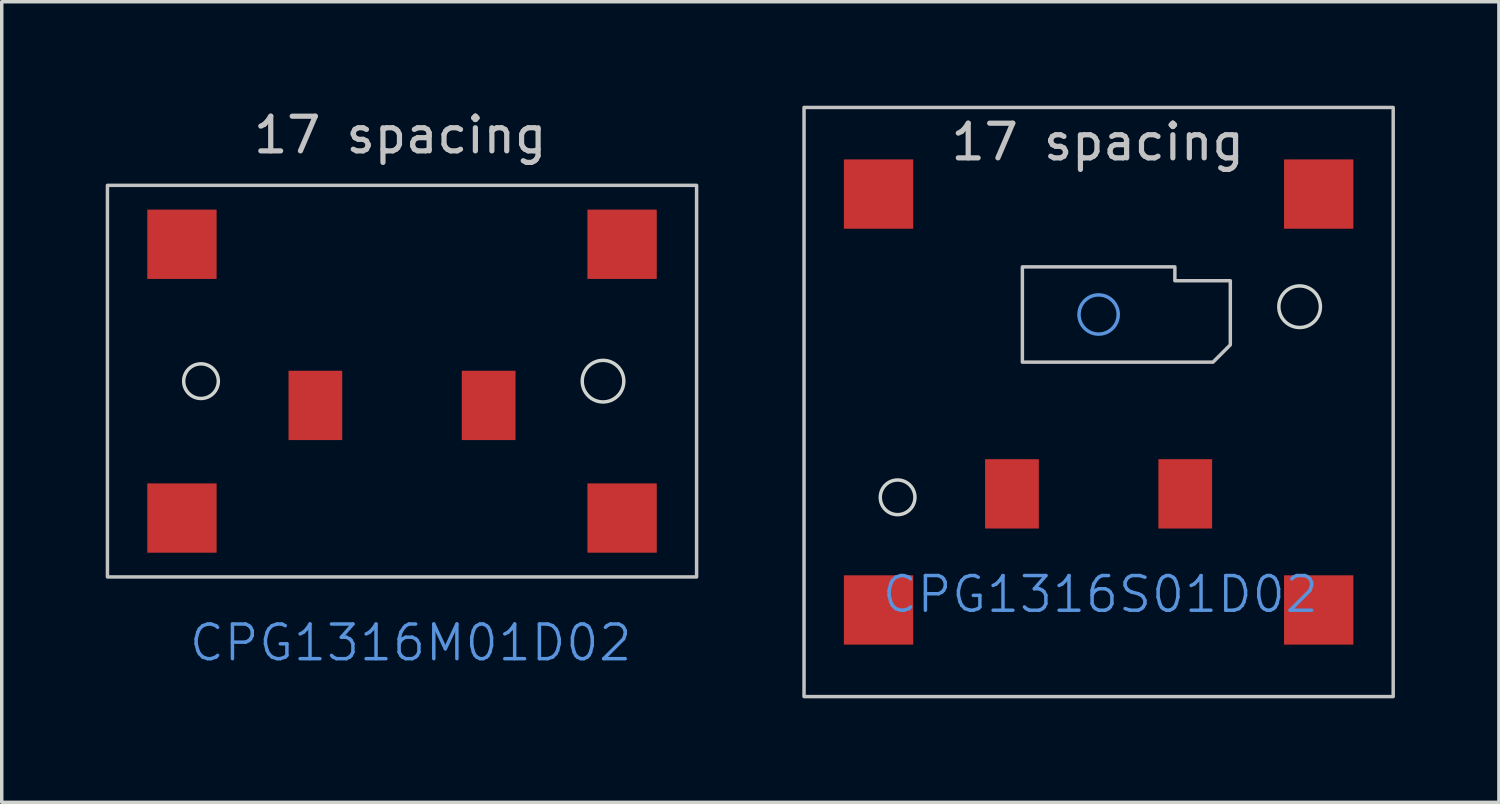
<source format=kicad_pcb>
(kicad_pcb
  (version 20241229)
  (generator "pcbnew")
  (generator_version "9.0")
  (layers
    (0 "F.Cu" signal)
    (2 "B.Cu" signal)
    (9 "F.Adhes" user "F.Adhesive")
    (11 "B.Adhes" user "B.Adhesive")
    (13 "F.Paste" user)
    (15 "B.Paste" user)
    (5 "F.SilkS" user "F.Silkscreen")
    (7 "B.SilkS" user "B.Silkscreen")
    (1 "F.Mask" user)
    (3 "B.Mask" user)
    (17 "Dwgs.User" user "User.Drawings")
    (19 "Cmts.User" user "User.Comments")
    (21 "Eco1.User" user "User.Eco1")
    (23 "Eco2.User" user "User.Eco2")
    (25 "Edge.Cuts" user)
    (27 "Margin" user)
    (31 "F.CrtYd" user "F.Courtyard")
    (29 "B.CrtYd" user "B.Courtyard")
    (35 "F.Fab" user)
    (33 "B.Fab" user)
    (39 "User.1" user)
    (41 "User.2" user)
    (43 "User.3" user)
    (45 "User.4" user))
  (footprint "CPG1316M01D02"
    (layer "F.Cu")
    (at 8.55 7.948)
    (property "Reference" "CPG1316M01D02" (at 0.25 7.55 0) (unlocked yes) (layer "Cmts.User") (effects (font (size 1 1) (thickness 0.1))))
    (attr smd)
    (fp_rect (start -8.5 -5.65) (end 8.5 5.65) (stroke (width 0.1) (type default)) (fill no) (layer "Dwgs.User"))
    (fp_rect (start -6.75 -4.45) (end 6.75 4.45) (stroke (width 0.1) (type default)) (fill no) (layer "Eco1.User"))
    (fp_rect (start -8 -5.15) (end 8 5.15) (stroke (width 0.1) (type default)) (fill no) (layer "Eco2.User"))
    (fp_circle (center -5.8 0) (end -5.3 0) (stroke (width 0.1) (type default)) (fill no) (layer "Edge.Cuts"))
    (fp_circle (center 5.8 0) (end 6.4 0) (stroke (width 0.1) (type default)) (fill no) (layer "Edge.Cuts"))
    (fp_circle (center 0 0) (end 0.5 0) (stroke (width 0.1) (type default)) (fill no) (layer "User.6"))
    (fp_text user "17 spacing" (at -0.05 -7.1 180) (layer "Dwgs.User") (effects (font (size 1 1) (thickness 0.15))))
    (fp_text user "switch" (at 0 -3.45 0) (layer "Eco1.User") (effects (font (size 0.8 0.8) (thickness 0.1))))
    (fp_text user "keycap" (at -2.5 3.9 0) (unlocked yes) (layer "Eco2.User") (effects (font (size 1 1) (thickness 0.15)) (justify left bottom)))
    (pad "1" smd rect (at -2.5 0.7) (size 1.55 2) (layers "F.Cu" "F.Mask" "F.Paste"))
    (pad "2" smd rect (at 2.5 0.7) (size 1.55 2) (layers "F.Cu" "F.Mask" "F.Paste"))
    (pad "MP" smd rect (at -6.35 -3.95) (size 2 2) (layers "F.Cu" "F.Mask" "F.Paste"))
    (pad "MP" smd rect (at -6.35 3.95) (size 2 2) (layers "F.Cu" "F.Mask" "F.Paste"))
    (pad "MP" smd rect (at 6.35 -3.95) (size 2 2) (layers "F.Cu" "F.Mask" "F.Paste"))
    (pad "MP" smd rect (at 6.35 3.95) (size 2 2) (layers "F.Cu" "F.Mask" "F.Paste")))
  (footprint "CPG1316S01D02"
    (layer "F.Cu")
    (at 28.65 8.55)
    (property "Reference" "CPG1316S01D02" (at 0.05 5.55 0) (unlocked yes) (layer "Cmts.User") (effects (font (size 1 1) (thickness 0.1))))
    (attr smd)
    (fp_rect (start -8.5 -8.5) (end 8.5 8.5) (stroke (width 0.1) (type default)) (fill no) (layer "Dwgs.User"))
    (fp_poly (pts (xy 3.8 -3.5) (xy 3.8 -1.65) (xy 3.3 -1.15) (xy -2.2 -1.15) (xy -2.2 -3.9) (xy 2.2 -3.9) (xy 2.2 -3.5)) (stroke (width 0.1) (type solid)) (fill no) (layer "Dwgs.User"))
    (fp_circle (center 0 -2.525) (end 0.4 -2.125) (stroke (width 0.1) (type default)) (fill no) (layer "Cmts.User"))
    (fp_rect (start -6.75 -6.5) (end 6.75 6.5) (stroke (width 0.1) (type default)) (fill no) (layer "Eco1.User"))
    (fp_rect (start -8 8) (end 8 -8) (stroke (width 0.1) (type default)) (fill no) (layer "Eco2.User"))
    (fp_circle (center -5.8 2.75) (end -5.3 2.75) (stroke (width 0.1) (type default)) (fill no) (layer "Edge.Cuts"))
    (fp_circle (center 5.8 -2.75) (end 6.4 -2.75) (stroke (width 0.1) (type default)) (fill no) (layer "Edge.Cuts"))
    (fp_text user "17 spacing" (at -0.025 -7.5 180) (layer "Dwgs.User") (effects (font (size 1 1) (thickness 0.15))))
    (fp_text user "switch" (at -0.07 -5.66 0) (layer "Eco1.User") (effects (font (size 0.8 0.8) (thickness 0.1))))
    (fp_text user "keycap" (at -2.5 7.5 0) (unlocked yes) (layer "Eco2.User") (effects (font (size 1 1) (thickness 0.15)) (justify left bottom)))
    (pad "1" smd rect (at -2.5 2.65) (size 1.55 2) (layers "F.Cu" "F.Mask" "F.Paste"))
    (pad "2" smd rect (at 2.5 2.65) (size 1.55 2) (layers "F.Cu" "F.Mask" "F.Paste"))
    (pad "MP" smd rect (at -6.35 -6) (size 2 2) (layers "F.Cu" "F.Mask" "F.Paste"))
    (pad "MP" smd rect (at -6.35 6) (size 2 2) (layers "F.Cu" "F.Mask" "F.Paste"))
    (pad "MP" smd rect (at 6.35 -6) (size 2 2) (layers "F.Cu" "F.Mask" "F.Paste"))
    (pad "MP" smd rect (at 6.35 6) (size 2 2) (layers "F.Cu" "F.Mask" "F.Paste")))
  (gr_rect
    (start -3 -3)
    (end 40.2 20.1)
    (stroke (width 0.1) (type default))
    (fill no)
    (layer "Edge.Cuts")))
</source>
